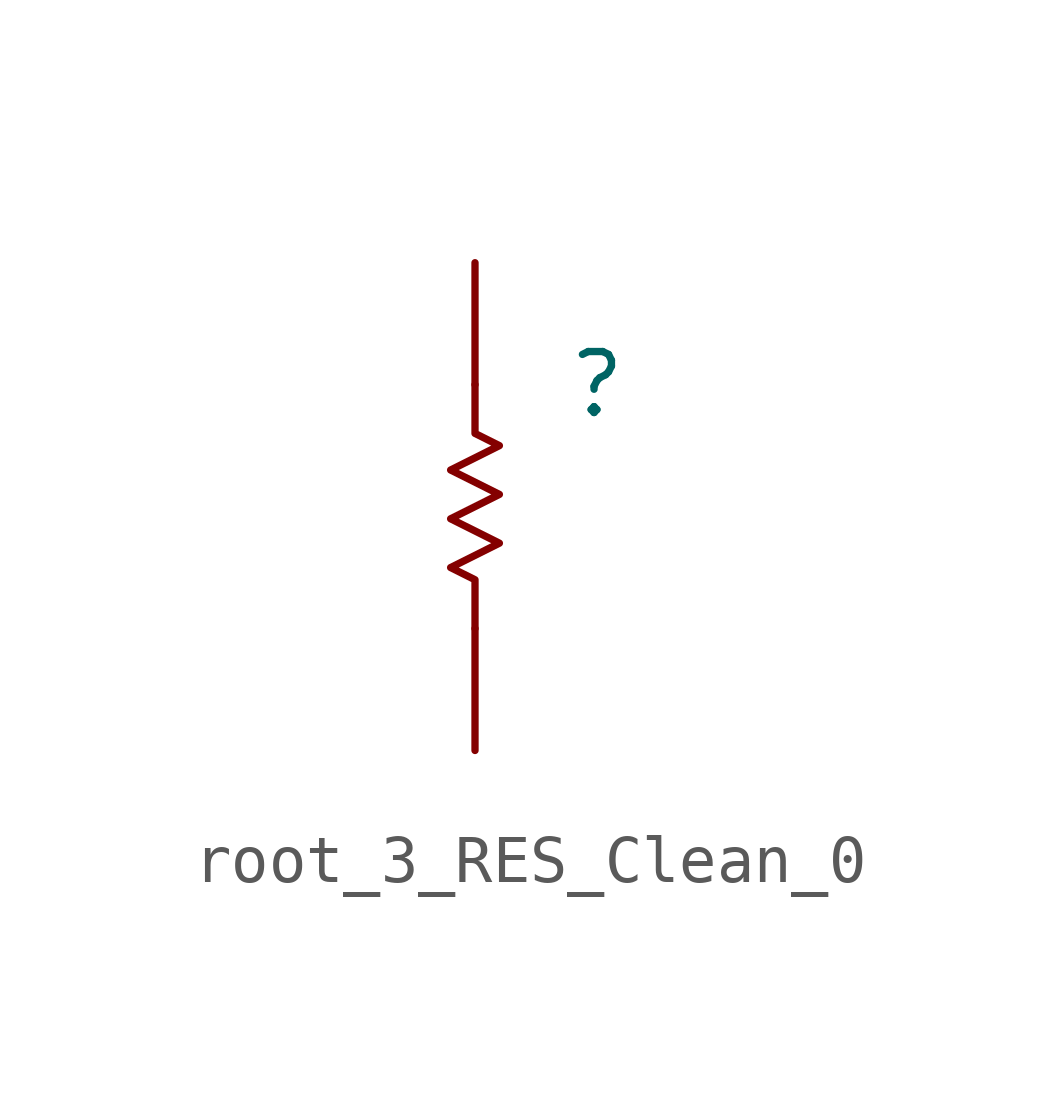
<source format=kicad_sym>
(kicad_symbol_lib
  (version 20241209)
  (generator "kicad_symbol_editor")
  (generator_version "9.0")
  (symbol "root_3_RES_Clean_0"
    (pin_numbers
      (hide yes))
    (pin_names
      (hide yes))
    (property "Reference" ""
      (at 0 0 0)
      (effects (font (size 1.27 1.27))))
    (property "Value" ""
      (at 0 0 0)
      (effects (font (size 1.27 1.27))))
    (symbol "root_3_RES_Clean_0_1_0"
      (polyline (pts (xy -2.54 -5.08) (xy -2.54 -4.064) (xy -3.048 -3.81) (xy -2.032 -3.302) (xy -3.048 -2.794) (xy -2.032 -2.286) (xy -3.048 -1.778) (xy -2.032 -1.27) (xy -2.54 -1.016) (xy -2.54 0)) (stroke (width 0) (type solid)) (fill (type none)))
      (pin passive line (at -2.54 2.54 270) (length 2.54) (name "1" (effects (font (size 1.27 1.27)))) (number "1" (effects (font (size 1.27 1.27)))))
      (pin passive line (at -2.54 -7.62 90) (length 2.54) (name "2" (effects (font (size 1.27 1.27)))) (number "2" (effects (font (size 1.27 1.27))))))))
</source>
